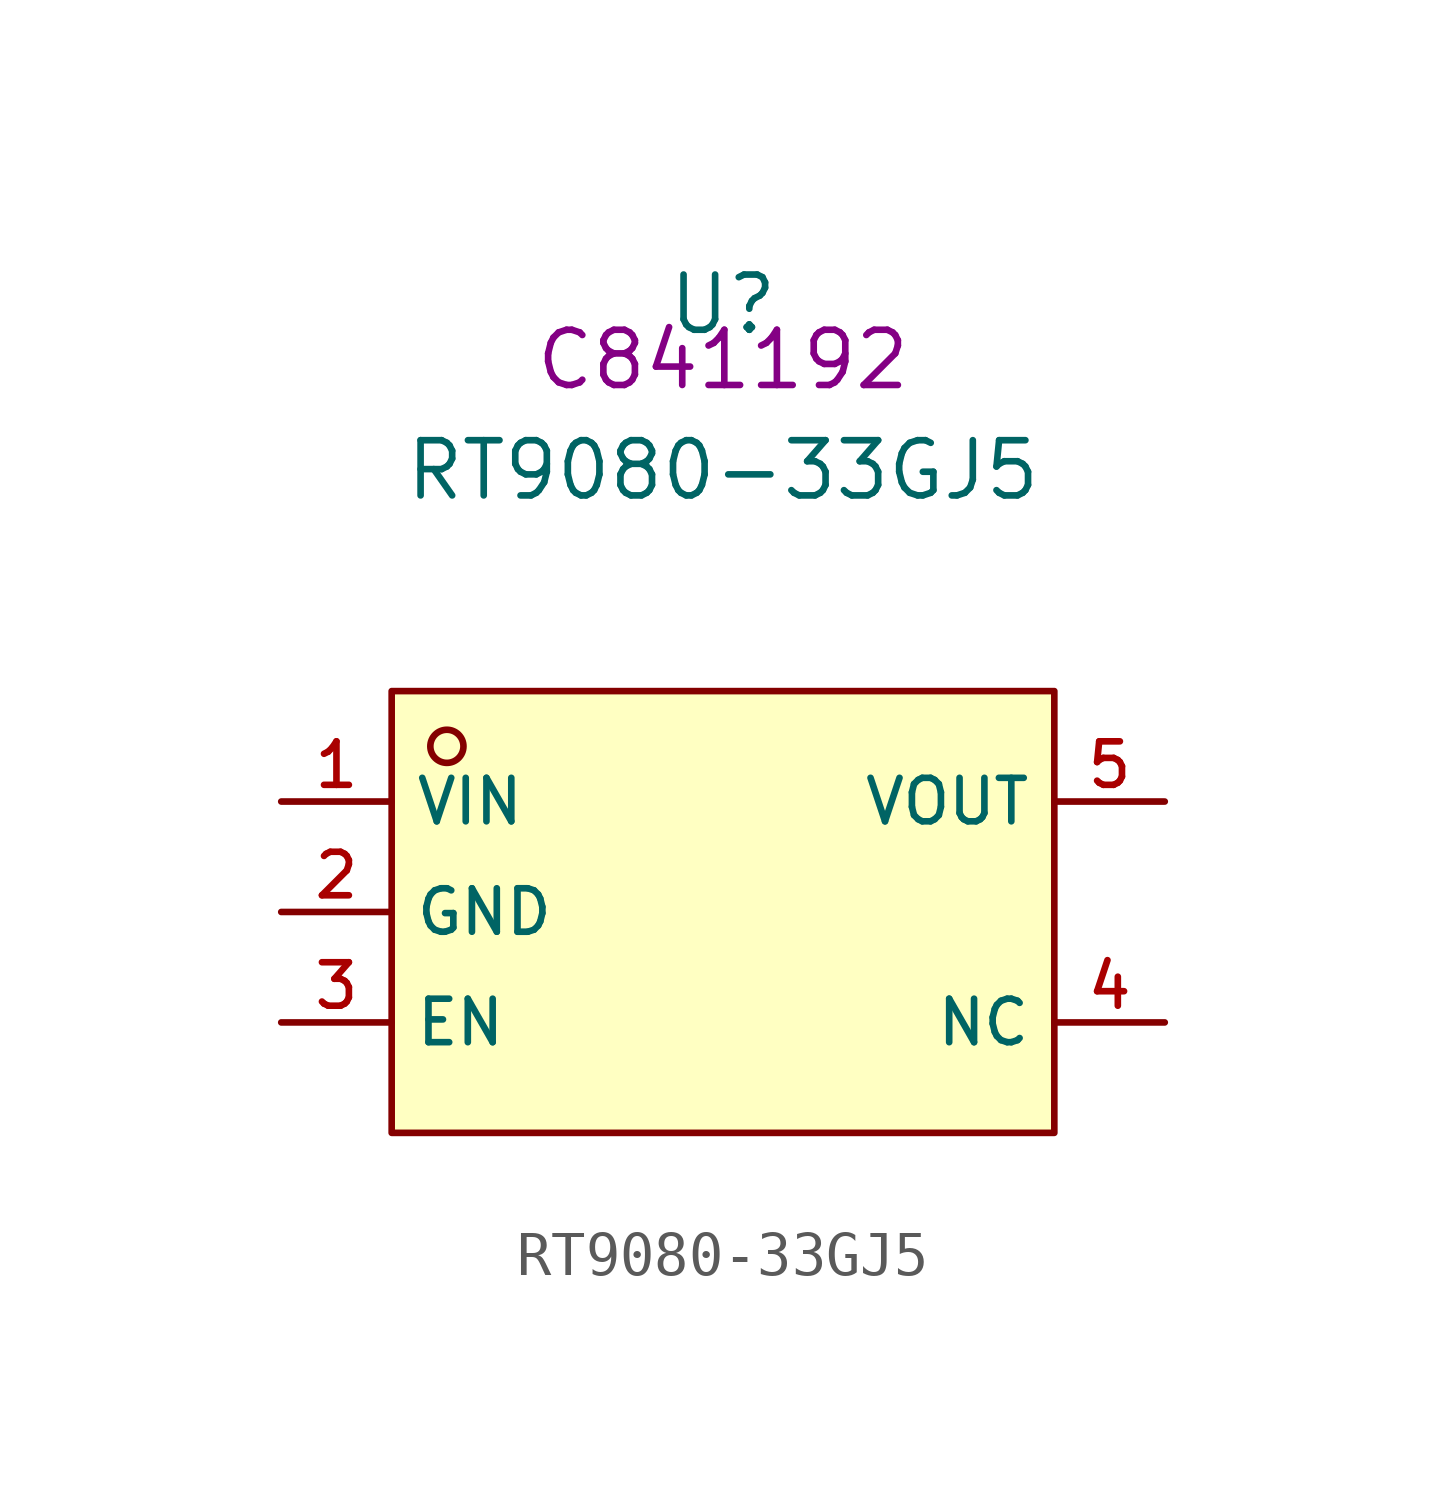
<source format=kicad_sym>
(kicad_symbol_lib
  (version 20220515)
  (generator TousstNicolas/JLC2KiCad_lib)
  (symbol "RT9080-33GJ5"
    (property "Reference" "U"
      (at 0 1.27 0)
      (effects (font (size 1.27 1.27))))
    (property "Value" "RT9080-33GJ5"
      (at 0 -2.54 0)
      (effects (font (size 1.27 1.27))))
    (property "LCSC" "C841192"
      (at 0 0 0)
      (effects (font (size 1.27 1.27))))
    (symbol "RT9080-33GJ5_0_0"
      (rectangle (start -7.62 -7.62) (end 7.62 -17.78) (stroke (width 0) (type default) (color 0 0 0 0)) (fill (type background)))
      (circle (center -6.35 -8.89) (radius 0.381) (stroke (width 0) (type default) (color 0 0 0 0)) (fill (type background)))
      (pin unspecified line (at -10.16 -10.16 0) (length 2.54) (name "VIN" (effects (font (size 1 1)))) (number "1" (effects (font (size 1 1)))))
      (pin unspecified line (at -10.16 -12.7 0) (length 2.54) (name "GND" (effects (font (size 1 1)))) (number "2" (effects (font (size 1 1)))))
      (pin unspecified line (at -10.16 -15.24 0) (length 2.54) (name "EN" (effects (font (size 1 1)))) (number "3" (effects (font (size 1 1)))))
      (pin unspecified line (at 10.16 -15.24 180) (length 2.54) (name "NC" (effects (font (size 1 1)))) (number "4" (effects (font (size 1 1)))))
      (pin unspecified line (at 10.16 -10.16 180) (length 2.54) (name "VOUT" (effects (font (size 1 1)))) (number "5" (effects (font (size 1 1))))))))
</source>
